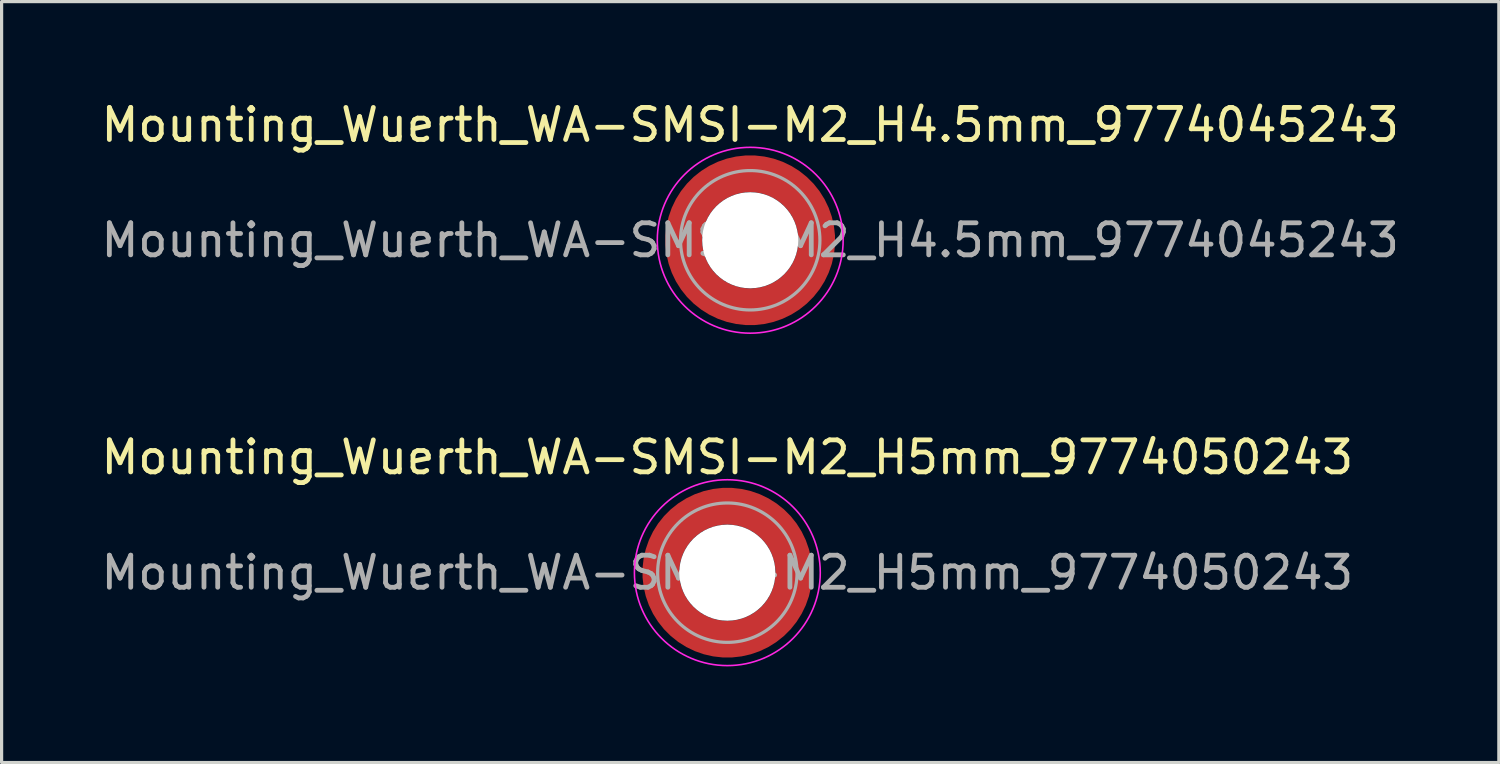
<source format=kicad_pcb>
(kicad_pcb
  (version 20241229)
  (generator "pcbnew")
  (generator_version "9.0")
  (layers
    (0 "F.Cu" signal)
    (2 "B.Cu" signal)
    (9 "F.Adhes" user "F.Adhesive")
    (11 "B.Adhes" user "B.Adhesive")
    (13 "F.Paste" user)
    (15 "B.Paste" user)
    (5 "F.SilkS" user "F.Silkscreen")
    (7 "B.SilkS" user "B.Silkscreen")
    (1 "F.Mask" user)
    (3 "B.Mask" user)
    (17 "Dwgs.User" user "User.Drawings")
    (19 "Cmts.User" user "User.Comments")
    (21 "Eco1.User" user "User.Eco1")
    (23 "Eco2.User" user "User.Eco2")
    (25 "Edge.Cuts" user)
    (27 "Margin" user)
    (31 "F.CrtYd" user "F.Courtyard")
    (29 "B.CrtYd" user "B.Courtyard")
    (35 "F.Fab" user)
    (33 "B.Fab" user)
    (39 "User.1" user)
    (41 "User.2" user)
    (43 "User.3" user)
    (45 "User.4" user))
  (footprint "Mounting_Wuerth_WA-SMSI-M2_H4.5mm_9774045243"
    (layer "F.Cu")
    (at 20.363 4.448)
    (property "Reference" "Mounting_Wuerth_WA-SMSI-M2_H4.5mm_9774045243" (at 0 -3.6 0) (layer "F.SilkS") (effects (font (size 1 1) (thickness 0.15))))
    (attr smd)
    (fp_circle (center 0 0) (end 2.9 0) (stroke (width 0.05) (type solid)) (fill no) (layer "F.CrtYd"))
    (fp_circle (center 0 0) (end 2.175 0) (stroke (width 0.1) (type solid)) (fill no) (layer "F.Fab"))
    (fp_text user "${REFERENCE}" (at 0 0 0) (layer "F.Fab") (effects (font (size 1 1) (thickness 0.15))))
    (pad "" smd custom (at -1.453 -1.453) (size 0.61 0.61) (layers "F.Paste") (options (anchor circle)) (primitives (gr_arc (start -0.147677 1.053104) (mid 0.286378 0.286378) (end 1.053104 -0.147677) (width 0.2)) (gr_arc (start -0.240295 1.053104) (mid 0.222738 0.222738) (end 1.053104 -0.240295) (width 0.2)) (gr_arc (start -0.332645 1.053104) (mid 0.159099 0.159099) (end 1.053104 -0.332645) (width 0.2)) (gr_arc (start -0.424767 1.053104) (mid 0.095459 0.095459) (end 1.053104 -0.424767) (width 0.2)) (gr_arc (start -0.516693 1.053104) (mid 0.031819 0.031819) (end 1.053104 -0.516693) (width 0.2)) (gr_arc (start -0.608448 1.053104) (mid -0.03182 -0.03182) (end 1.053104 -0.608448) (width 0.2)) (gr_arc (start -0.700056 1.053104) (mid -0.09546 -0.09546) (end 1.053104 -0.700056) (width 0.2)) (gr_arc (start -0.791534 1.053104) (mid -0.159099 -0.159099) (end 1.053104 -0.791534) (width 0.2)) (gr_arc (start -0.882896 1.053104) (mid -0.222738 -0.222738) (end 1.053104 -0.882896) (width 0.2)) (gr_arc (start -0.974157 1.053104) (mid -0.286378 -0.286378) (end 1.053104 -0.974157) (width 0.2)) (gr_line (start 1.053 -0.148) (end 1.053 -0.974) (width 0.2)) (gr_line (start -0.148 1.053) (end -0.974 1.053) (width 0.2))))
    (pad "" smd custom (at -1.453 1.453) (size 0.61 0.61) (layers "F.Paste") (options (anchor circle)) (primitives (gr_arc (start 1.053104 0.147677) (mid 0.286378 -0.286378) (end -0.147677 -1.053104) (width 0.2)) (gr_arc (start 1.053104 0.240295) (mid 0.222738 -0.222738) (end -0.240295 -1.053104) (width 0.2)) (gr_arc (start 1.053104 0.332645) (mid 0.159099 -0.159099) (end -0.332645 -1.053104) (width 0.2)) (gr_arc (start 1.053104 0.424767) (mid 0.095459 -0.095459) (end -0.424767 -1.053104) (width 0.2)) (gr_arc (start 1.053104 0.516693) (mid 0.031819 -0.031819) (end -0.516693 -1.053104) (width 0.2)) (gr_arc (start 1.053104 0.608448) (mid -0.03182 0.03182) (end -0.608448 -1.053104) (width 0.2)) (gr_arc (start 1.053104 0.700056) (mid -0.09546 0.09546) (end -0.700056 -1.053104) (width 0.2)) (gr_arc (start 1.053104 0.791534) (mid -0.159099 0.159099) (end -0.791534 -1.053104) (width 0.2)) (gr_arc (start 1.053104 0.882896) (mid -0.222738 0.222738) (end -0.882896 -1.053104) (width 0.2)) (gr_arc (start 1.053104 0.974157) (mid -0.286378 0.286378) (end -0.974157 -1.053104) (width 0.2)) (gr_line (start -0.148 -1.053) (end -0.974 -1.053) (width 0.2)) (gr_line (start 1.053 0.148) (end 1.053 0.974) (width 0.2))))
    (pad "" np_thru_hole circle (at 0 0) (size 3 3) (drill 3) (layers "*.Cu" "*.Mask"))
    (pad "" smd custom (at 1.453 -1.453) (size 0.61 0.61) (layers "F.Paste") (options (anchor circle)) (primitives (gr_arc (start -1.053104 -0.147677) (mid -0.286378 0.286378) (end 0.147677 1.053104) (width 0.2)) (gr_arc (start -1.053104 -0.240295) (mid -0.222738 0.222738) (end 0.240295 1.053104) (width 0.2)) (gr_arc (start -1.053104 -0.332645) (mid -0.159099 0.159099) (end 0.332645 1.053104) (width 0.2)) (gr_arc (start -1.053104 -0.424767) (mid -0.095459 0.095459) (end 0.424767 1.053104) (width 0.2)) (gr_arc (start -1.053104 -0.516693) (mid -0.031819 0.031819) (end 0.516693 1.053104) (width 0.2)) (gr_arc (start -1.053104 -0.608448) (mid 0.03182 -0.03182) (end 0.608448 1.053104) (width 0.2)) (gr_arc (start -1.053104 -0.700056) (mid 0.09546 -0.09546) (end 0.700056 1.053104) (width 0.2)) (gr_arc (start -1.053104 -0.791534) (mid 0.159099 -0.159099) (end 0.791534 1.053104) (width 0.2)) (gr_arc (start -1.053104 -0.882896) (mid 0.222738 -0.222738) (end 0.882896 1.053104) (width 0.2)) (gr_arc (start -1.053104 -0.974157) (mid 0.286378 -0.286378) (end 0.974157 1.053104) (width 0.2)) (gr_line (start 0.148 1.053) (end 0.974 1.053) (width 0.2)) (gr_line (start -1.053 -0.148) (end -1.053 -0.974) (width 0.2))))
    (pad "" smd custom (at 1.453 1.453) (size 0.61 0.61) (layers "F.Paste") (options (anchor circle)) (primitives (gr_arc (start 0.147677 -1.053104) (mid -0.286378 -0.286378) (end -1.053104 0.147677) (width 0.2)) (gr_arc (start 0.240295 -1.053104) (mid -0.222738 -0.222738) (end -1.053104 0.240295) (width 0.2)) (gr_arc (start 0.332645 -1.053104) (mid -0.159099 -0.159099) (end -1.053104 0.332645) (width 0.2)) (gr_arc (start 0.424767 -1.053104) (mid -0.095459 -0.095459) (end -1.053104 0.424767) (width 0.2)) (gr_arc (start 0.516693 -1.053104) (mid -0.031819 -0.031819) (end -1.053104 0.516693) (width 0.2)) (gr_arc (start 0.608448 -1.053104) (mid 0.03182 0.03182) (end -1.053104 0.608448) (width 0.2)) (gr_arc (start 0.700056 -1.053104) (mid 0.09546 0.09546) (end -1.053104 0.700056) (width 0.2)) (gr_arc (start 0.791534 -1.053104) (mid 0.159099 0.159099) (end -1.053104 0.791534) (width 0.2)) (gr_arc (start 0.882896 -1.053104) (mid 0.222738 0.222738) (end -1.053104 0.882896) (width 0.2)) (gr_arc (start 0.974157 -1.053104) (mid 0.286378 0.286378) (end -1.053104 0.974157) (width 0.2)) (gr_line (start -1.053 0.148) (end -1.053 0.974) (width 0.2)) (gr_line (start 0.148 -1.053) (end 0.974 -1.053) (width 0.2))))
    (pad "1" smd circle (at -2.075 0) (size 0.75 0.75) (layers "F.Cu"))
    (pad "1" smd circle (at 0 -2.075) (size 0.75 0.75) (layers "F.Cu"))
    (pad "1" smd circle (at 0 2.075) (size 0.75 0.75) (layers "F.Cu"))
    (pad "1" smd custom (at 2.075 0) (size 0.75 0.75) (layers "F.Cu" "F.Mask") (options (anchor circle)) (primitives (gr_circle (center -2.075 0) (end 0 0) (width 1.15) (fill no)))))
  (footprint "Mounting_Wuerth_WA-SMSI-M2_H5mm_9774050243"
    (layer "F.Cu")
    (at 19.649 14.822)
    (property "Reference" "Mounting_Wuerth_WA-SMSI-M2_H5mm_9774050243" (at 0 -3.6 0) (layer "F.SilkS") (effects (font (size 1 1) (thickness 0.15))))
    (attr smd)
    (fp_circle (center 0 0) (end 2.9 0) (stroke (width 0.05) (type solid)) (fill no) (layer "F.CrtYd"))
    (fp_circle (center 0 0) (end 2.175 0) (stroke (width 0.1) (type solid)) (fill no) (layer "F.Fab"))
    (fp_text user "${REFERENCE}" (at 0 0 0) (layer "F.Fab") (effects (font (size 1 1) (thickness 0.15))))
    (pad "" smd custom (at -1.453 -1.453) (size 0.61 0.61) (layers "F.Paste") (options (anchor circle)) (primitives (gr_arc (start -0.147677 1.053104) (mid 0.286378 0.286378) (end 1.053104 -0.147677) (width 0.2)) (gr_arc (start -0.240295 1.053104) (mid 0.222738 0.222738) (end 1.053104 -0.240295) (width 0.2)) (gr_arc (start -0.332645 1.053104) (mid 0.159099 0.159099) (end 1.053104 -0.332645) (width 0.2)) (gr_arc (start -0.424767 1.053104) (mid 0.095459 0.095459) (end 1.053104 -0.424767) (width 0.2)) (gr_arc (start -0.516693 1.053104) (mid 0.031819 0.031819) (end 1.053104 -0.516693) (width 0.2)) (gr_arc (start -0.608448 1.053104) (mid -0.03182 -0.03182) (end 1.053104 -0.608448) (width 0.2)) (gr_arc (start -0.700056 1.053104) (mid -0.09546 -0.09546) (end 1.053104 -0.700056) (width 0.2)) (gr_arc (start -0.791534 1.053104) (mid -0.159099 -0.159099) (end 1.053104 -0.791534) (width 0.2)) (gr_arc (start -0.882896 1.053104) (mid -0.222738 -0.222738) (end 1.053104 -0.882896) (width 0.2)) (gr_arc (start -0.974157 1.053104) (mid -0.286378 -0.286378) (end 1.053104 -0.974157) (width 0.2)) (gr_line (start 1.053 -0.148) (end 1.053 -0.974) (width 0.2)) (gr_line (start -0.148 1.053) (end -0.974 1.053) (width 0.2))))
    (pad "" smd custom (at -1.453 1.453) (size 0.61 0.61) (layers "F.Paste") (options (anchor circle)) (primitives (gr_arc (start 1.053104 0.147677) (mid 0.286378 -0.286378) (end -0.147677 -1.053104) (width 0.2)) (gr_arc (start 1.053104 0.240295) (mid 0.222738 -0.222738) (end -0.240295 -1.053104) (width 0.2)) (gr_arc (start 1.053104 0.332645) (mid 0.159099 -0.159099) (end -0.332645 -1.053104) (width 0.2)) (gr_arc (start 1.053104 0.424767) (mid 0.095459 -0.095459) (end -0.424767 -1.053104) (width 0.2)) (gr_arc (start 1.053104 0.516693) (mid 0.031819 -0.031819) (end -0.516693 -1.053104) (width 0.2)) (gr_arc (start 1.053104 0.608448) (mid -0.03182 0.03182) (end -0.608448 -1.053104) (width 0.2)) (gr_arc (start 1.053104 0.700056) (mid -0.09546 0.09546) (end -0.700056 -1.053104) (width 0.2)) (gr_arc (start 1.053104 0.791534) (mid -0.159099 0.159099) (end -0.791534 -1.053104) (width 0.2)) (gr_arc (start 1.053104 0.882896) (mid -0.222738 0.222738) (end -0.882896 -1.053104) (width 0.2)) (gr_arc (start 1.053104 0.974157) (mid -0.286378 0.286378) (end -0.974157 -1.053104) (width 0.2)) (gr_line (start -0.148 -1.053) (end -0.974 -1.053) (width 0.2)) (gr_line (start 1.053 0.148) (end 1.053 0.974) (width 0.2))))
    (pad "" np_thru_hole circle (at 0 0) (size 3 3) (drill 3) (layers "*.Cu" "*.Mask"))
    (pad "" smd custom (at 1.453 -1.453) (size 0.61 0.61) (layers "F.Paste") (options (anchor circle)) (primitives (gr_arc (start -1.053104 -0.147677) (mid -0.286378 0.286378) (end 0.147677 1.053104) (width 0.2)) (gr_arc (start -1.053104 -0.240295) (mid -0.222738 0.222738) (end 0.240295 1.053104) (width 0.2)) (gr_arc (start -1.053104 -0.332645) (mid -0.159099 0.159099) (end 0.332645 1.053104) (width 0.2)) (gr_arc (start -1.053104 -0.424767) (mid -0.095459 0.095459) (end 0.424767 1.053104) (width 0.2)) (gr_arc (start -1.053104 -0.516693) (mid -0.031819 0.031819) (end 0.516693 1.053104) (width 0.2)) (gr_arc (start -1.053104 -0.608448) (mid 0.03182 -0.03182) (end 0.608448 1.053104) (width 0.2)) (gr_arc (start -1.053104 -0.700056) (mid 0.09546 -0.09546) (end 0.700056 1.053104) (width 0.2)) (gr_arc (start -1.053104 -0.791534) (mid 0.159099 -0.159099) (end 0.791534 1.053104) (width 0.2)) (gr_arc (start -1.053104 -0.882896) (mid 0.222738 -0.222738) (end 0.882896 1.053104) (width 0.2)) (gr_arc (start -1.053104 -0.974157) (mid 0.286378 -0.286378) (end 0.974157 1.053104) (width 0.2)) (gr_line (start 0.148 1.053) (end 0.974 1.053) (width 0.2)) (gr_line (start -1.053 -0.148) (end -1.053 -0.974) (width 0.2))))
    (pad "" smd custom (at 1.453 1.453) (size 0.61 0.61) (layers "F.Paste") (options (anchor circle)) (primitives (gr_arc (start 0.147677 -1.053104) (mid -0.286378 -0.286378) (end -1.053104 0.147677) (width 0.2)) (gr_arc (start 0.240295 -1.053104) (mid -0.222738 -0.222738) (end -1.053104 0.240295) (width 0.2)) (gr_arc (start 0.332645 -1.053104) (mid -0.159099 -0.159099) (end -1.053104 0.332645) (width 0.2)) (gr_arc (start 0.424767 -1.053104) (mid -0.095459 -0.095459) (end -1.053104 0.424767) (width 0.2)) (gr_arc (start 0.516693 -1.053104) (mid -0.031819 -0.031819) (end -1.053104 0.516693) (width 0.2)) (gr_arc (start 0.608448 -1.053104) (mid 0.03182 0.03182) (end -1.053104 0.608448) (width 0.2)) (gr_arc (start 0.700056 -1.053104) (mid 0.09546 0.09546) (end -1.053104 0.700056) (width 0.2)) (gr_arc (start 0.791534 -1.053104) (mid 0.159099 0.159099) (end -1.053104 0.791534) (width 0.2)) (gr_arc (start 0.882896 -1.053104) (mid 0.222738 0.222738) (end -1.053104 0.882896) (width 0.2)) (gr_arc (start 0.974157 -1.053104) (mid 0.286378 0.286378) (end -1.053104 0.974157) (width 0.2)) (gr_line (start -1.053 0.148) (end -1.053 0.974) (width 0.2)) (gr_line (start 0.148 -1.053) (end 0.974 -1.053) (width 0.2))))
    (pad "1" smd circle (at -2.075 0) (size 0.75 0.75) (layers "F.Cu"))
    (pad "1" smd circle (at 0 -2.075) (size 0.75 0.75) (layers "F.Cu"))
    (pad "1" smd circle (at 0 2.075) (size 0.75 0.75) (layers "F.Cu"))
    (pad "1" smd custom (at 2.075 0) (size 0.75 0.75) (layers "F.Cu" "F.Mask") (options (anchor circle)) (primitives (gr_circle (center -2.075 0) (end 0 0) (width 1.15) (fill no)))))
  (gr_rect
    (start -3 -3)
    (end 43.726 20.747)
    (stroke (width 0.1) (type default))
    (fill no)
    (layer "Edge.Cuts")))
</source>
